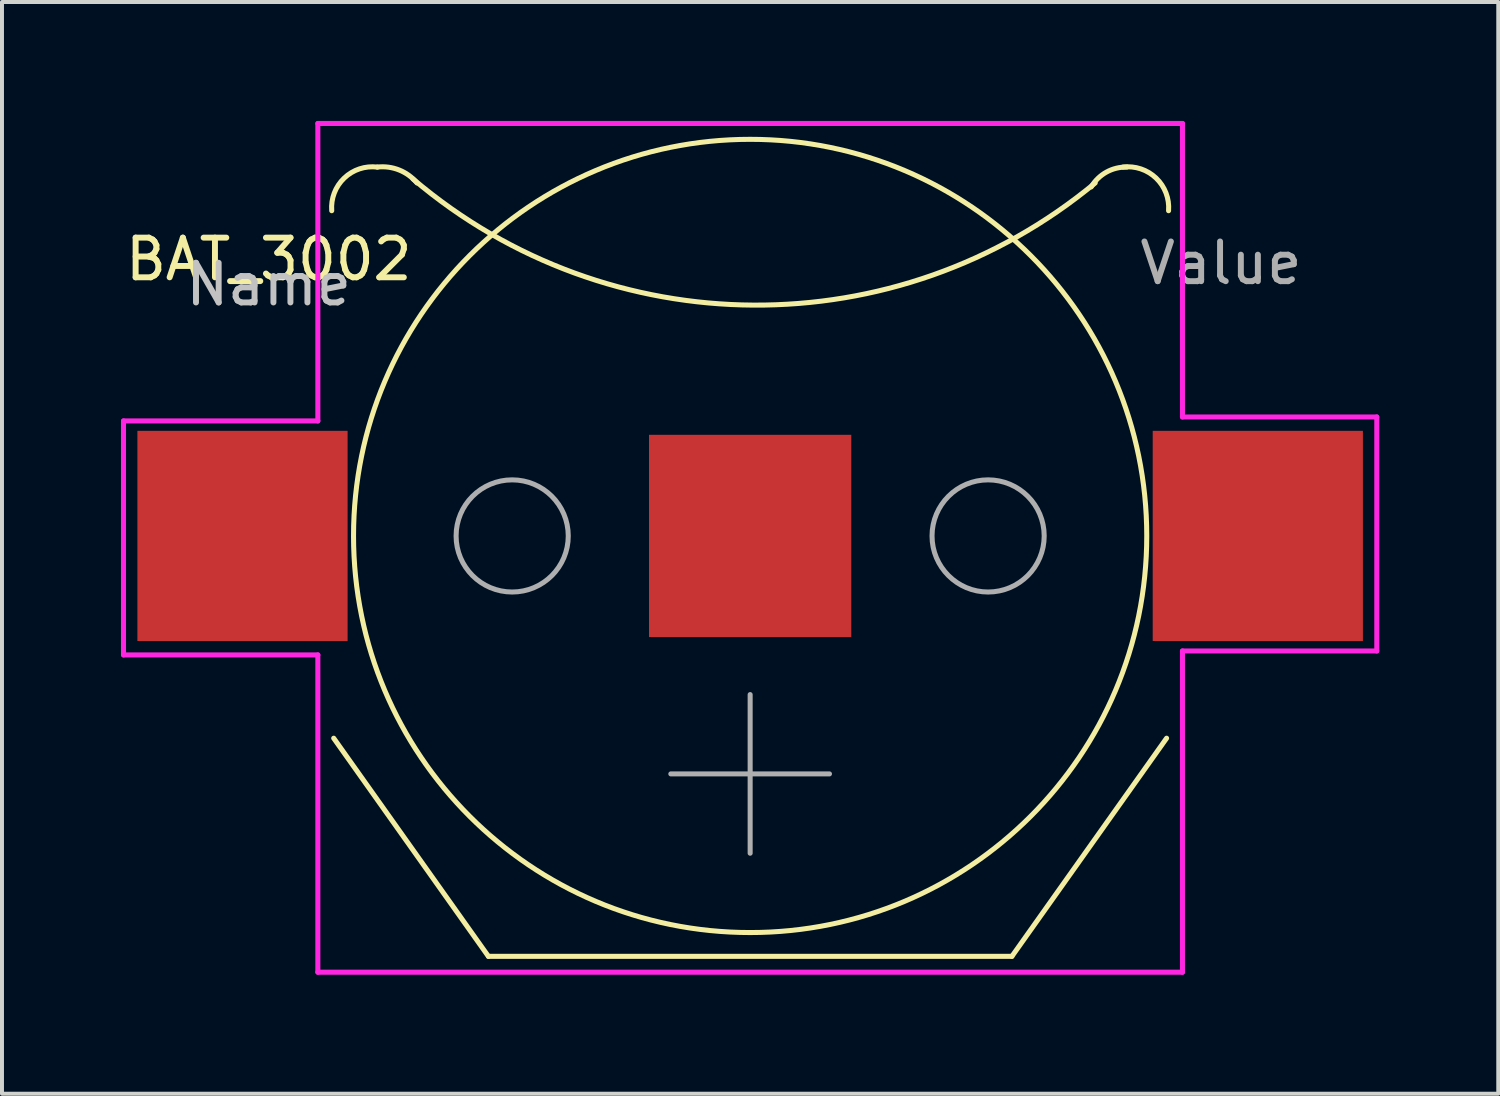
<source format=kicad_pcb>
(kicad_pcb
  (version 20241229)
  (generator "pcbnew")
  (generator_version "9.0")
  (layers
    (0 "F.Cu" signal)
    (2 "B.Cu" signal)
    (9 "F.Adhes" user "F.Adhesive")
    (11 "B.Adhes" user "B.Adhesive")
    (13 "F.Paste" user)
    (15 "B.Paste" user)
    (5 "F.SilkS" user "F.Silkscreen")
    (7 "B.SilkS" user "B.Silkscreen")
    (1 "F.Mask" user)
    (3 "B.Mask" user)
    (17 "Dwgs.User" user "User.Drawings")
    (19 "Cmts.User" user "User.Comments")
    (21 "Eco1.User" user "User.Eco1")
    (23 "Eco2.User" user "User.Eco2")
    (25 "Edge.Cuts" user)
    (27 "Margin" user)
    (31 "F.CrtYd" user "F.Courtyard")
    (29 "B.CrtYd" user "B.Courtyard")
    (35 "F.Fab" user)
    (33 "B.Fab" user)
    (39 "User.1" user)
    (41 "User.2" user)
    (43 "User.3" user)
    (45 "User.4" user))
  (footprint "BAT_3002"
    (layer "F.Cu")
    (at 15.864 10.463)
    (property "Reference" "BAT_3002" (at -12.137 -6.976 180) (layer "F.SilkS") (effects (font (size 1 1) (thickness 0.15))))
    (attr smd)
    (fp_line (start -10.5 5.1) (end -6.6 10.6) (stroke (width 0.127) (type solid)) (layer "F.SilkS"))
    (fp_line (start -6.6 10.6) (end 6.6 10.6) (stroke (width 0.127) (type solid)) (layer "F.SilkS"))
    (fp_line (start 10.5 5.1) (end 6.6 10.6) (stroke (width 0.127) (type solid)) (layer "F.SilkS"))
    (fp_arc (start -10.55 -8.200001) (mid -10.235633 -9.02248) (end -9.4 -9.3) (stroke (width 0.127) (type solid)) (layer "F.SilkS"))
    (fp_arc (start -9.4 -9.3) (mid -8.849436 -9.22641) (end -8.4 -8.9) (stroke (width 0.127) (type solid)) (layer "F.SilkS"))
    (fp_arc (start 8.6 -8.8) (mid 8.981906 -9.172569) (end 9.5 -9.300001) (stroke (width 0.127) (type solid)) (layer "F.SilkS"))
    (fp_arc (start 8.7 -8.9) (mid 0.081802 -5.819856) (end -8.5 -9) (stroke (width 0.127) (type solid)) (layer "F.SilkS"))
    (fp_arc (start 9.400001 -9.3) (mid 10.235634 -9.02248) (end 10.55 -8.2) (stroke (width 0.127) (type solid)) (layer "F.SilkS"))
    (fp_circle (center 0 0) (end 10 0) (stroke (width 0.127) (type solid)) (fill no) (layer "F.SilkS"))
    (fp_line (start -15.8 -2.9) (end -10.9 -2.9) (stroke (width 0.127) (type solid)) (layer "F.CrtYd"))
    (fp_line (start -15.8 3) (end -15.8 -2.9) (stroke (width 0.127) (type solid)) (layer "F.CrtYd"))
    (fp_line (start -15.8 3) (end -10.9 3) (stroke (width 0.127) (type solid)) (layer "F.CrtYd"))
    (fp_line (start -10.9 -10.4) (end 10.9 -10.4) (stroke (width 0.127) (type solid)) (layer "F.CrtYd"))
    (fp_line (start -10.9 -2.9) (end -10.9 -10.4) (stroke (width 0.127) (type solid)) (layer "F.CrtYd"))
    (fp_line (start -10.9 11) (end -10.9 3) (stroke (width 0.127) (type solid)) (layer "F.CrtYd"))
    (fp_line (start 10.9 -10.4) (end 10.9 -3) (stroke (width 0.127) (type solid)) (layer "F.CrtYd"))
    (fp_line (start 10.9 -3) (end 15.8 -3) (stroke (width 0.127) (type solid)) (layer "F.CrtYd"))
    (fp_line (start 10.9 2.9) (end 10.9 11) (stroke (width 0.127) (type solid)) (layer "F.CrtYd"))
    (fp_line (start 10.9 11) (end -10.9 11) (stroke (width 0.127) (type solid)) (layer "F.CrtYd"))
    (fp_line (start 15.8 -3) (end 15.8 2.9) (stroke (width 0.127) (type solid)) (layer "F.CrtYd"))
    (fp_line (start 15.8 2.9) (end 10.9 2.9) (stroke (width 0.127) (type solid)) (layer "F.CrtYd"))
    (fp_line (start -2 6) (end 2 6) (stroke (width 0.127) (type solid)) (layer "F.Fab"))
    (fp_line (start 0 4) (end 0 8) (stroke (width 0.127) (type solid)) (layer "F.Fab"))
    (fp_circle (center -6 0) (end -4.586 0) (stroke (width 0.127) (type solid)) (fill no) (layer "F.Fab"))
    (fp_circle (center 6 0) (end 7.414 0) (stroke (width 0.127) (type solid)) (fill no) (layer "F.Fab"))
    (fp_text user "Name" (at -12.139 -6.342 180) (layer "Dwgs.User") (effects (font (size 1 1) (thickness 0.15))))
    (fp_text user "Value" (at 11.872 -6.879 180) (layer "F.Fab") (effects (font (size 1.001 1.001) (thickness 0.15))))
    (pad "+@1" smd rect (at -12.8 0) (size 5.3 5.3) (layers "F.Cu" "F.Mask" "F.Paste"))
    (pad "+@2" smd rect (at 12.8 0) (size 5.3 5.3) (layers "F.Cu" "F.Mask" "F.Paste"))
    (pad "-" smd rect (at 0 0) (size 5.1 5.1) (layers "F.Cu" "F.Mask" "F.Paste")))
  (gr_rect
    (start -3 -3)
    (end 34.727 24.527)
    (stroke (width 0.1) (type default))
    (fill no)
    (layer "Edge.Cuts")))
</source>
